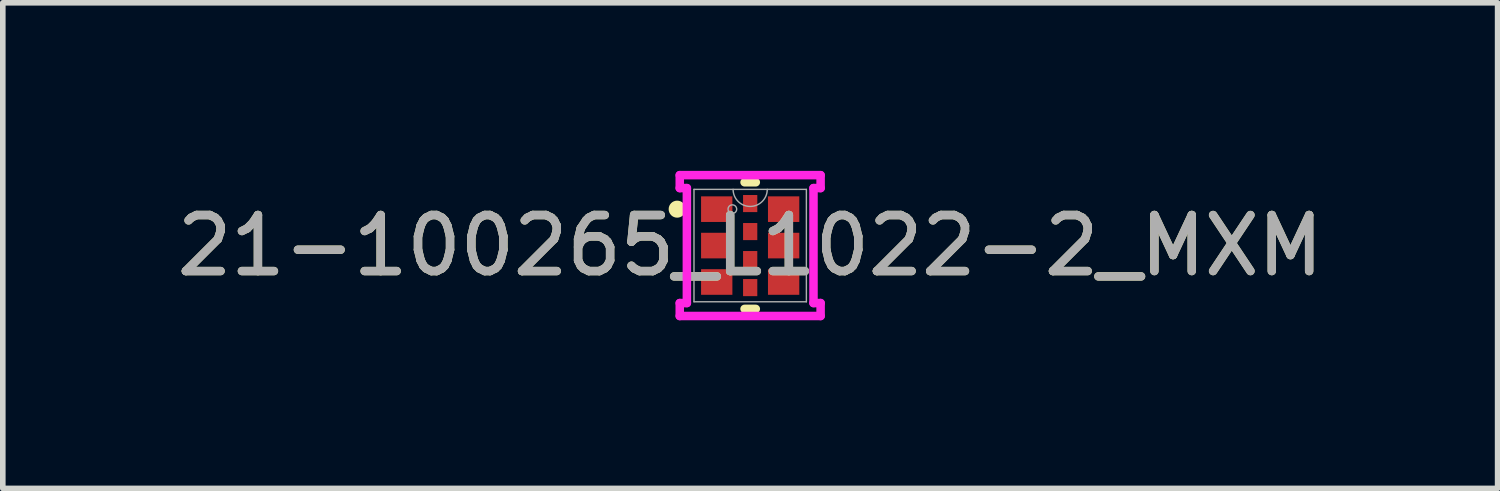
<source format=kicad_pcb>
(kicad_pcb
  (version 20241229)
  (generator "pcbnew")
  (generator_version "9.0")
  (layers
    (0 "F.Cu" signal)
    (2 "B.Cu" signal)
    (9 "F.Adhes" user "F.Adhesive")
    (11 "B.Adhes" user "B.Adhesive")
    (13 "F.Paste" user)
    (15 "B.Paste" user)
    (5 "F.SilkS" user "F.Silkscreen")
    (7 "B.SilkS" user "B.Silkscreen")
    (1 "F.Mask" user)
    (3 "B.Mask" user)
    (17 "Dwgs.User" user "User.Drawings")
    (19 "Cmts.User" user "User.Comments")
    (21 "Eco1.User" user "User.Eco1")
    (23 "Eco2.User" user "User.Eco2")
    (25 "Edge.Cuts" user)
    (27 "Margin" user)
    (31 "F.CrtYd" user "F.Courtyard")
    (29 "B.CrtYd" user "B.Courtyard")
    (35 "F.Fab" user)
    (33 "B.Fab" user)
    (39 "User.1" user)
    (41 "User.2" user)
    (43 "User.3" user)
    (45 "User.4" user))
  (footprint "21-100265_L1022-2_MXM"
    (layer "F.Cu")
    (at 10.339 1.333)
    (property "Reference" "21-100265_L1022-2_MXM" (at 0 0 0) (unlocked yes) (layer "F.SilkS") (effects (font (size 1 1) (thickness 0.15))))
    (attr smd)
    (fp_line (start -0.1 1.13) (end 0.1 1.13) (stroke (width 0.152) (type solid)) (layer "F.SilkS"))
    (fp_line (start 0.1 -1.13) (end -0.1 -1.13) (stroke (width 0.152) (type solid)) (layer "F.SilkS"))
    (fp_circle (center -1.303 -0.65) (end -1.227 -0.65) (stroke (width 0.152) (type solid)) (fill no) (layer "F.SilkS"))
    (fp_line (start -1.257 -1.257) (end 1.257 -1.257) (stroke (width 0.152) (type solid)) (layer "F.CrtYd"))
    (fp_line (start -1.257 -1.026) (end -1.257 -1.257) (stroke (width 0.152) (type solid)) (layer "F.CrtYd"))
    (fp_line (start -1.257 1.257) (end -1.257 1.026) (stroke (width 0.152) (type solid)) (layer "F.CrtYd"))
    (fp_line (start -1.13 -1.026) (end -1.257 -1.026) (stroke (width 0.152) (type solid)) (layer "F.CrtYd"))
    (fp_line (start -1.13 1.026) (end -1.257 1.026) (stroke (width 0.152) (type solid)) (layer "F.CrtYd"))
    (fp_line (start -1.13 1.026) (end -1.13 -1.026) (stroke (width 0.152) (type solid)) (layer "F.CrtYd"))
    (fp_line (start 1.13 -1.026) (end 1.13 1.026) (stroke (width 0.152) (type solid)) (layer "F.CrtYd"))
    (fp_line (start 1.13 -1.026) (end 1.257 -1.026) (stroke (width 0.152) (type solid)) (layer "F.CrtYd"))
    (fp_line (start 1.13 1.026) (end 1.257 1.026) (stroke (width 0.152) (type solid)) (layer "F.CrtYd"))
    (fp_line (start 1.257 -1.257) (end 1.257 -1.026) (stroke (width 0.152) (type solid)) (layer "F.CrtYd"))
    (fp_line (start 1.257 1.026) (end 1.257 1.257) (stroke (width 0.152) (type solid)) (layer "F.CrtYd"))
    (fp_line (start 1.257 1.257) (end -1.257 1.257) (stroke (width 0.152) (type solid)) (layer "F.CrtYd"))
    (fp_line (start -1.003 -1.003) (end -1.003 1.003) (stroke (width 0.025) (type solid)) (layer "F.Fab"))
    (fp_line (start -1.003 1.003) (end 1.003 1.003) (stroke (width 0.025) (type solid)) (layer "F.Fab"))
    (fp_line (start 1.003 -1.003) (end -1.003 -1.003) (stroke (width 0.025) (type solid)) (layer "F.Fab"))
    (fp_line (start 1.003 1.003) (end 1.003 -1.003) (stroke (width 0.025) (type solid)) (layer "F.Fab"))
    (fp_arc (start 0.3048 -1.0033) (mid 0 -0.6985) (end -0.3048 -1.0033) (stroke (width 0.0254) (type solid)) (layer "F.Fab"))
    (fp_circle (center -0.318 -0.65) (end -0.241 -0.65) (stroke (width 0.025) (type solid)) (fill no) (layer "F.Fab"))
    (fp_text user "${REFERENCE}" (at 0 0 0) (unlocked yes) (layer "F.Fab") (effects (font (size 1 1) (thickness 0.15))))
    (pad "1" smd rect (at -0.597 -0.65) (size 0.559 0.457) (layers "F.Cu" "F.Mask" "F.Paste"))
    (pad "2" smd rect (at -0.597 0) (size 0.559 0.457) (layers "F.Cu" "F.Mask" "F.Paste"))
    (pad "3" smd rect (at -0.597 0.65) (size 0.559 0.457) (layers "F.Cu" "F.Mask" "F.Paste"))
    (pad "4" smd rect (at 0.597 0.65) (size 0.559 0.457) (layers "F.Cu" "F.Mask" "F.Paste"))
    (pad "5" smd rect (at 0.597 0) (size 0.559 0.457) (layers "F.Cu" "F.Mask" "F.Paste"))
    (pad "6" smd rect (at 0.597 -0.65) (size 0.559 0.457) (layers "F.Cu" "F.Mask" "F.Paste"))
    (pad "7" smd rect (at 0 -0.75) (size 0.254 0.305) (layers "F.Cu" "F.Mask" "F.Paste"))
    (pad "8" smd rect (at 0 -0.25) (size 0.254 0.305) (layers "F.Cu" "F.Mask" "F.Paste"))
    (pad "9" smd rect (at 0 0.25) (size 0.254 0.305) (layers "F.Cu" "F.Mask" "F.Paste"))
    (pad "10" smd rect (at 0 0.75) (size 0.254 0.305) (layers "F.Cu" "F.Mask" "F.Paste")))
  (gr_rect
    (start -3 -3)
    (end 23.679 5.667)
    (stroke (width 0.1) (type default))
    (fill no)
    (layer "Edge.Cuts")))
</source>
